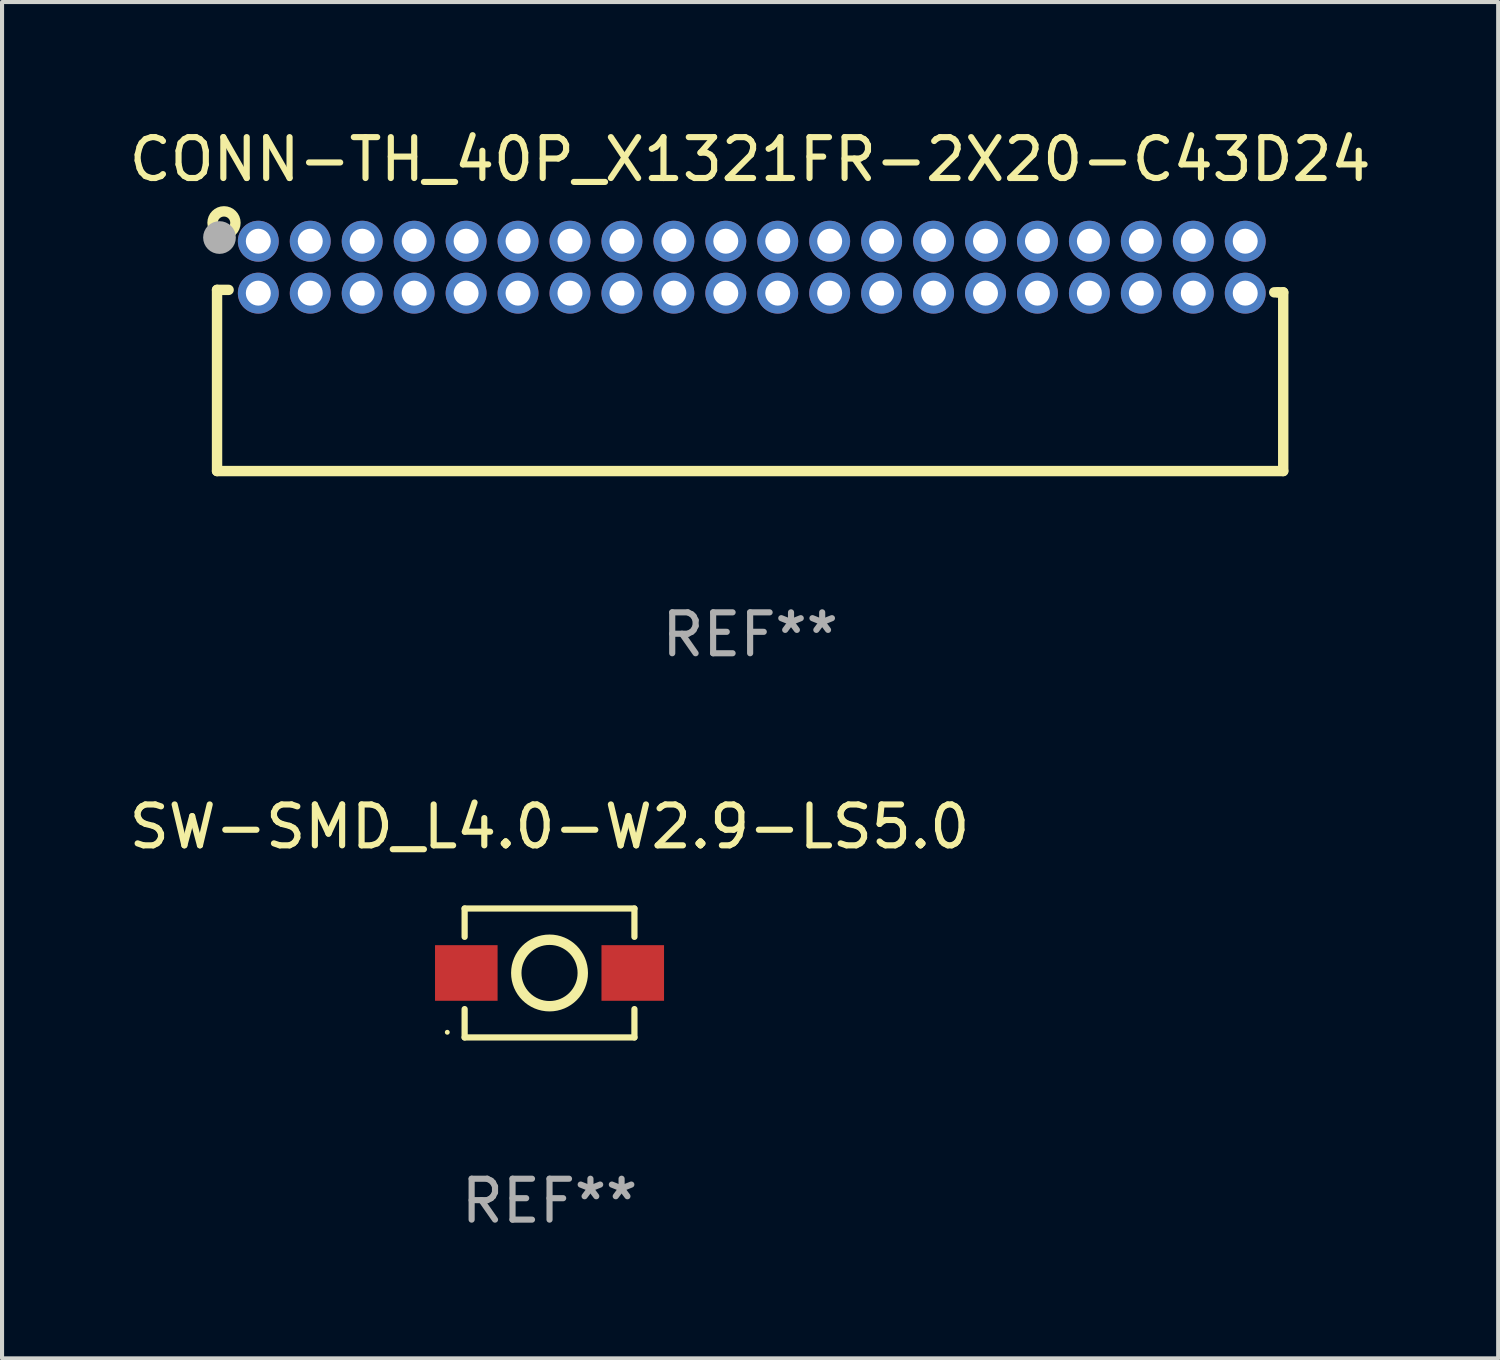
<source format=kicad_pcb>
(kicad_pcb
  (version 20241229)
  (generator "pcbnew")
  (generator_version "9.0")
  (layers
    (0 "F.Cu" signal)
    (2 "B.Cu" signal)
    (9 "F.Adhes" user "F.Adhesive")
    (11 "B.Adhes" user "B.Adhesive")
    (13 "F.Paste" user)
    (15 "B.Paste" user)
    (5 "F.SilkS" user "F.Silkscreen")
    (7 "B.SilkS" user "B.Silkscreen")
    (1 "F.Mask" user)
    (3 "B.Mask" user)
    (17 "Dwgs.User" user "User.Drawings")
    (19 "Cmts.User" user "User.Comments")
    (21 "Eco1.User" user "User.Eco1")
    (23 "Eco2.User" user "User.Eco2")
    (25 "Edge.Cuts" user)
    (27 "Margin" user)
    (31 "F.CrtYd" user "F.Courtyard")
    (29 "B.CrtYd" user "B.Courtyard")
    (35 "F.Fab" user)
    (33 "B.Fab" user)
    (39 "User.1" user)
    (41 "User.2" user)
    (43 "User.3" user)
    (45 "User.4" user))
  (footprint "CONN-TH_40P_X1321FR-2X20-C43D24"
    (layer "F.Cu")
    (at 15.332 3.483)
    (property "Reference" "CONN-TH_40P_X1321FR-2X20-C43D24" (at -0.04 -2.635 0) (layer "F.SilkS") (effects (font (size 1 1) (thickness 0.15))))
    (attr through_hole)
    (fp_line (start -13.075 0.555) (end -13.075 4.985) (stroke (width 0.254) (type solid)) (layer "F.SilkS"))
    (fp_line (start -13.075 4.985) (end 12.995 4.985) (stroke (width 0.254) (type solid)) (layer "F.SilkS"))
    (fp_line (start -12.792 0.555) (end -13.075 0.555) (stroke (width 0.254) (type solid)) (layer "F.SilkS"))
    (fp_line (start 12.865 0.615) (end 12.775 0.615) (stroke (width 0.254) (type solid)) (layer "F.SilkS"))
    (fp_line (start 12.995 0.615) (end 12.865 0.615) (stroke (width 0.254) (type solid)) (layer "F.SilkS"))
    (fp_line (start 12.995 4.985) (end 12.995 0.615) (stroke (width 0.254) (type solid)) (layer "F.SilkS"))
    (fp_circle (center -12.905 -1.085) (end -12.625 -1.085) (stroke (width 0.254) (type solid)) (fill no) (layer "F.SilkS"))
    (fp_circle (center -12.9 -0.71) (end -12.87 -0.71) (stroke (width 0.06) (type solid)) (fill no) (layer "F.SilkS"))
    (fp_circle (center -13.015 -0.725) (end -12.815 -0.725) (stroke (width 0.4) (type solid)) (fill no) (layer "F.Fab"))
    (fp_text user "REF**" (at -0.04 8.985 0) (layer "F.Fab") (effects (font (size 1 1) (thickness 0.15))))
    (pad "1" thru_hole circle (at -12.066 -0.635) (size 1 1) (drill 0.61) (layers "*.Cu" "*.Mask"))
    (pad "2" thru_hole circle (at -12.066 0.635) (size 1 1) (drill 0.61) (layers "*.Cu" "*.Mask"))
    (pad "3" thru_hole circle (at -10.796 -0.635) (size 1 1) (drill 0.61) (layers "*.Cu" "*.Mask"))
    (pad "4" thru_hole circle (at -10.796 0.635) (size 1 1) (drill 0.61) (layers "*.Cu" "*.Mask"))
    (pad "5" thru_hole circle (at -9.526 -0.635) (size 1 1) (drill 0.61) (layers "*.Cu" "*.Mask"))
    (pad "6" thru_hole circle (at -9.526 0.635) (size 1 1) (drill 0.61) (layers "*.Cu" "*.Mask"))
    (pad "7" thru_hole circle (at -8.255 -0.635) (size 1 1) (drill 0.61) (layers "*.Cu" "*.Mask"))
    (pad "8" thru_hole circle (at -8.256 0.635) (size 1 1) (drill 0.61) (layers "*.Cu" "*.Mask"))
    (pad "9" thru_hole circle (at -6.985 -0.635) (size 1 1) (drill 0.61) (layers "*.Cu" "*.Mask"))
    (pad "10" thru_hole circle (at -6.985 0.635) (size 1 1) (drill 0.61) (layers "*.Cu" "*.Mask"))
    (pad "11" thru_hole circle (at -5.715 -0.635) (size 1 1) (drill 0.61) (layers "*.Cu" "*.Mask"))
    (pad "12" thru_hole circle (at -5.715 0.635) (size 1 1) (drill 0.61) (layers "*.Cu" "*.Mask"))
    (pad "13" thru_hole circle (at -4.445 -0.635) (size 1 1) (drill 0.61) (layers "*.Cu" "*.Mask"))
    (pad "14" thru_hole circle (at -4.445 0.635) (size 1 1) (drill 0.61) (layers "*.Cu" "*.Mask"))
    (pad "15" thru_hole circle (at -3.175 -0.635) (size 1 1) (drill 0.61) (layers "*.Cu" "*.Mask"))
    (pad "16" thru_hole circle (at -3.175 0.635) (size 1 1) (drill 0.61) (layers "*.Cu" "*.Mask"))
    (pad "17" thru_hole circle (at -1.905 -0.635) (size 1 1) (drill 0.61) (layers "*.Cu" "*.Mask"))
    (pad "18" thru_hole circle (at -1.905 0.635) (size 1 1) (drill 0.61) (layers "*.Cu" "*.Mask"))
    (pad "19" thru_hole circle (at -0.635 -0.635) (size 1 1) (drill 0.61) (layers "*.Cu" "*.Mask"))
    (pad "20" thru_hole circle (at -0.635 0.635) (size 1 1) (drill 0.61) (layers "*.Cu" "*.Mask"))
    (pad "21" thru_hole circle (at 0.635 -0.635) (size 1 1) (drill 0.61) (layers "*.Cu" "*.Mask"))
    (pad "22" thru_hole circle (at 0.635 0.635) (size 1 1) (drill 0.61) (layers "*.Cu" "*.Mask"))
    (pad "23" thru_hole circle (at 1.905 -0.635) (size 1 1) (drill 0.61) (layers "*.Cu" "*.Mask"))
    (pad "24" thru_hole circle (at 1.905 0.635) (size 1 1) (drill 0.61) (layers "*.Cu" "*.Mask"))
    (pad "25" thru_hole circle (at 3.175 -0.635) (size 1 1) (drill 0.61) (layers "*.Cu" "*.Mask"))
    (pad "26" thru_hole circle (at 3.175 0.635) (size 1 1) (drill 0.61) (layers "*.Cu" "*.Mask"))
    (pad "27" thru_hole circle (at 4.445 -0.635) (size 1 1) (drill 0.61) (layers "*.Cu" "*.Mask"))
    (pad "28" thru_hole circle (at 4.445 0.635) (size 1 1) (drill 0.61) (layers "*.Cu" "*.Mask"))
    (pad "29" thru_hole circle (at 5.715 -0.635) (size 1 1) (drill 0.61) (layers "*.Cu" "*.Mask"))
    (pad "30" thru_hole circle (at 5.715 0.635) (size 1 1) (drill 0.61) (layers "*.Cu" "*.Mask"))
    (pad "31" thru_hole circle (at 6.985 -0.635) (size 1 1) (drill 0.61) (layers "*.Cu" "*.Mask"))
    (pad "32" thru_hole circle (at 6.985 0.635) (size 1 1) (drill 0.61) (layers "*.Cu" "*.Mask"))
    (pad "33" thru_hole circle (at 8.255 -0.635) (size 1 1) (drill 0.61) (layers "*.Cu" "*.Mask"))
    (pad "34" thru_hole circle (at 8.255 0.635) (size 1 1) (drill 0.61) (layers "*.Cu" "*.Mask"))
    (pad "35" thru_hole circle (at 9.525 -0.635) (size 1 1) (drill 0.61) (layers "*.Cu" "*.Mask"))
    (pad "36" thru_hole circle (at 9.525 0.635) (size 1 1) (drill 0.61) (layers "*.Cu" "*.Mask"))
    (pad "37" thru_hole circle (at 10.796 -0.635) (size 1 1) (drill 0.61) (layers "*.Cu" "*.Mask"))
    (pad "38" thru_hole circle (at 10.796 0.635) (size 1 1) (drill 0.61) (layers "*.Cu" "*.Mask"))
    (pad "39" thru_hole circle (at 12.066 -0.635) (size 1 1) (drill 0.61) (layers "*.Cu" "*.Mask"))
    (pad "40" thru_hole circle (at 12.066 0.635) (size 1 1) (drill 0.61) (layers "*.Cu" "*.Mask")))
  (footprint "SW-SMD_L4.0-W2.9-LS5.0"
    (layer "F.Cu")
    (at 10.387 20.741)
    (property "Reference" "SW-SMD_L4.0-W2.9-LS5.0" (at 0 -3.576 0) (layer "F.SilkS") (effects (font (size 1 1) (thickness 0.15))))
    (attr smd)
    (fp_line (start -2.076 -1.576) (end -2.076 -0.883) (stroke (width 0.152) (type solid)) (layer "F.SilkS"))
    (fp_line (start -2.076 1.576) (end -2.076 0.883) (stroke (width 0.152) (type solid)) (layer "F.SilkS"))
    (fp_line (start 2.076 -1.576) (end -2.076 -1.576) (stroke (width 0.152) (type solid)) (layer "F.SilkS"))
    (fp_line (start 2.076 -1.576) (end 2.076 -0.883) (stroke (width 0.152) (type solid)) (layer "F.SilkS"))
    (fp_line (start 2.076 1.576) (end -2.076 1.576) (stroke (width 0.152) (type solid)) (layer "F.SilkS"))
    (fp_line (start 2.076 1.576) (end 2.076 0.883) (stroke (width 0.152) (type solid)) (layer "F.SilkS"))
    (fp_circle (center -2.5 1.45) (end -2.47 1.45) (stroke (width 0.06) (type solid)) (fill no) (layer "F.SilkS"))
    (fp_circle (center 0 0) (end 0.813 0) (stroke (width 0.254) (type solid)) (fill no) (layer "F.SilkS"))
    (fp_text user "REF**" (at 0 5.576 0) (layer "F.Fab") (effects (font (size 1 1) (thickness 0.15))))
    (pad "1" smd rect (at -2.035 0) (size 1.53 1.36) (layers "F.Cu" "F.Mask" "F.Paste"))
    (pad "2" smd rect (at 2.035 0) (size 1.53 1.36) (layers "F.Cu" "F.Mask" "F.Paste")))
  (gr_rect
    (start -3 -3)
    (end 33.583 30.165)
    (stroke (width 0.1) (type default))
    (fill no)
    (layer "Edge.Cuts")))
</source>
